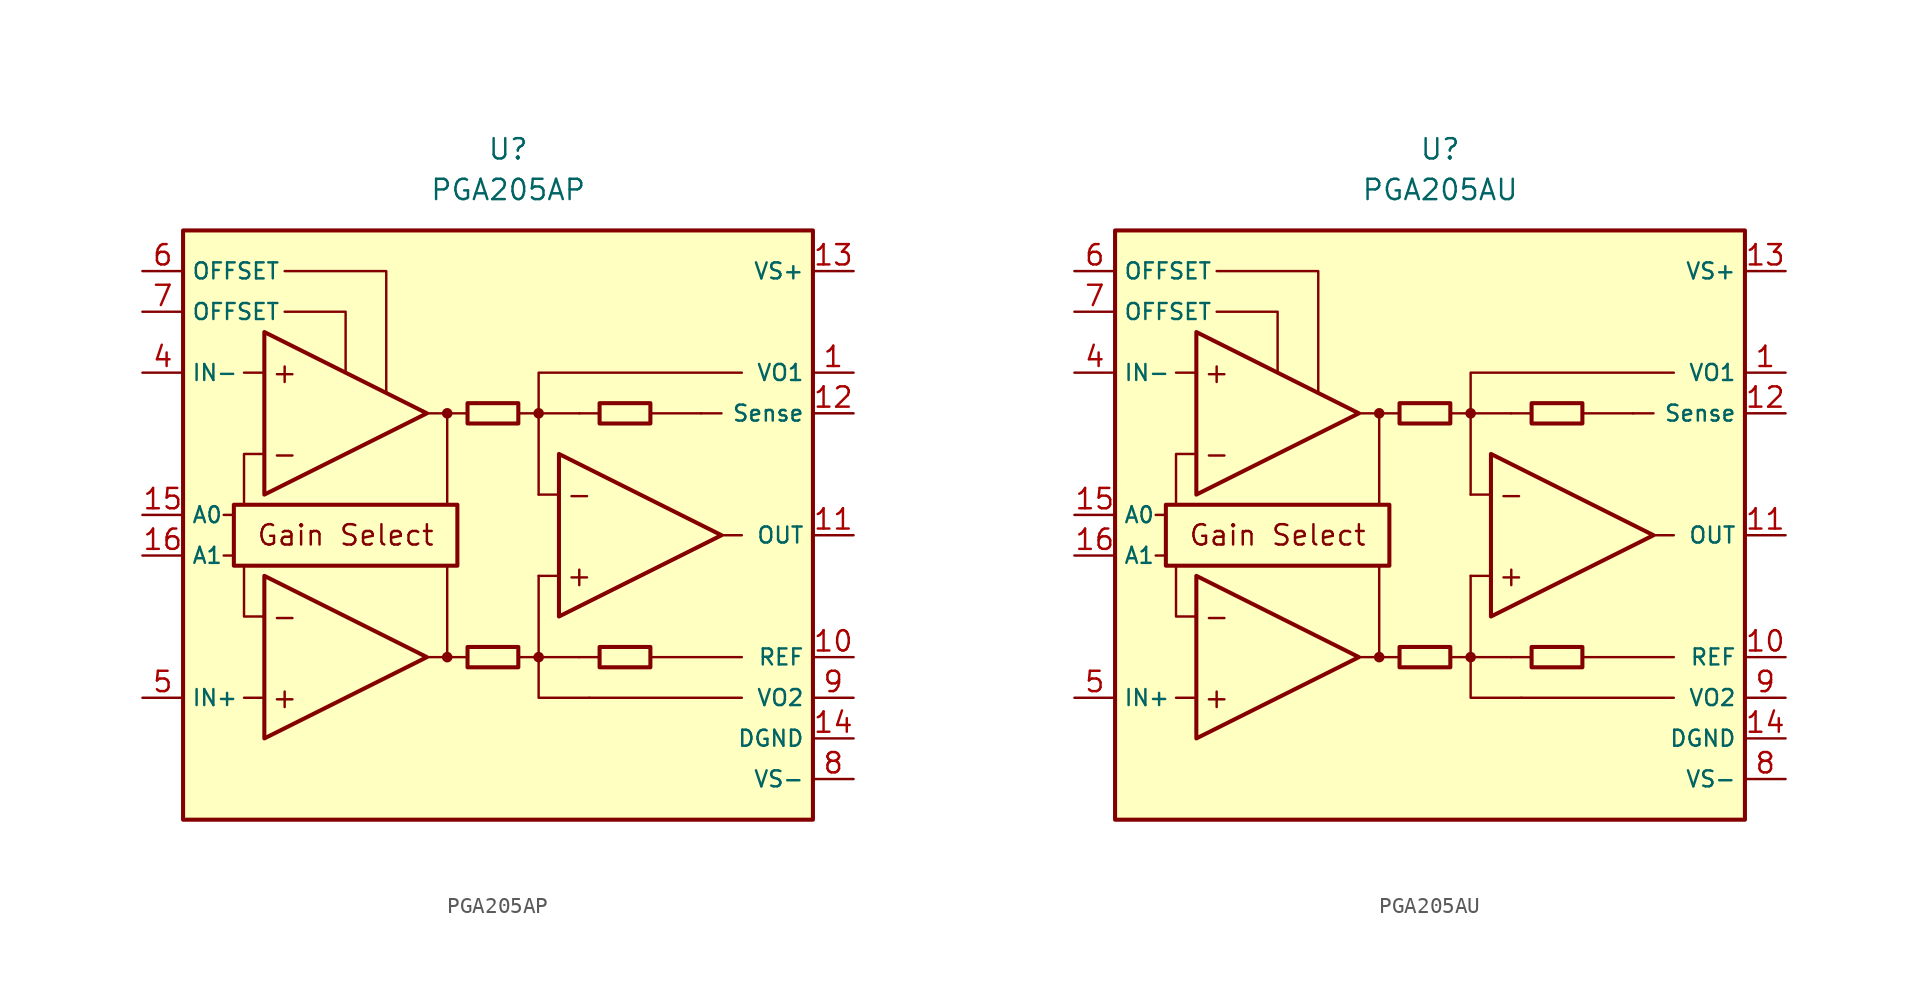
<source format=kicad_sym>
(kicad_symbol_lib
  (version 20211014)
  (generator kicad_symbol_editor)
  (symbol "PGA205AP"
    (property "Reference" "U"
      (at 0 22.86 0)
      (effects (font (size 1.27 1.27))))
    (property "Value" "PGA205AP"
      (at 0 20.32 0)
      (effects (font (size 1.27 1.27))))
    (symbol "PGA205AP_0_0"
      (rectangle (start -20.32 17.78) (end 19.05 -19.05) (stroke (width 0.254) (type default) (color 0 0 0 0)) (fill (type background)))
      (rectangle (start -17.145 0.635) (end -3.175 -3.175) (stroke (width 0.254) (type default) (color 0 0 0 0)) (fill (type none)))
      (circle (center -3.81 -8.89) (radius 0.254) (stroke (width 0.152) (type default) (color 0 0 0 0)) (fill (type outline)))
      (circle (center -3.81 6.35) (radius 0.254) (stroke (width 0.152) (type default) (color 0 0 0 0)) (fill (type outline)))
      (polyline (pts (xy -1.27 -8.89)) (stroke (width 0.152) (type default) (color 0 0 0 0)) (fill (type none)))
      (polyline (pts (xy -1.27 6.35)) (stroke (width 0.152) (type default) (color 0 0 0 0)) (fill (type none)))
      (polyline (pts (xy 5.715 6.35)) (stroke (width 0.152) (type default) (color 0 0 0 0)) (fill (type none)))
      (polyline (pts (xy -17.145 -2.54) (xy -17.78 -2.54)) (stroke (width 0.152) (type default) (color 0 0 0 0)) (fill (type none)))
      (polyline (pts (xy -17.145 0) (xy -17.78 0)) (stroke (width 0.152) (type default) (color 0 0 0 0)) (fill (type none)))
      (polyline (pts (xy -15.24 -11.43) (xy -16.51 -11.43)) (stroke (width 0.152) (type default) (color 0 0 0 0)) (fill (type none)))
      (polyline (pts (xy -15.24 8.89) (xy -16.51 8.89)) (stroke (width 0.152) (type default) (color 0 0 0 0)) (fill (type none)))
      (polyline (pts (xy -5.08 -8.89) (xy -2.54 -8.89)) (stroke (width 0.152) (type default) (color 0 0 0 0)) (fill (type none)))
      (polyline (pts (xy -5.08 6.35) (xy -2.54 6.35)) (stroke (width 0.152) (type default) (color 0 0 0 0)) (fill (type none)))
      (polyline (pts (xy -3.81 -8.89) (xy -3.81 -3.175)) (stroke (width 0.152) (type default) (color 0 0 0 0)) (fill (type none)))
      (polyline (pts (xy -3.81 0.635) (xy -3.81 6.35)) (stroke (width 0.152) (type default) (color 0 0 0 0)) (fill (type none)))
      (polyline (pts (xy 0.635 -8.89) (xy 1.905 -8.89)) (stroke (width 0.152) (type default) (color 0 0 0 0)) (fill (type none)))
      (polyline (pts (xy 0.635 6.35) (xy 1.905 6.35)) (stroke (width 0.152) (type default) (color 0 0 0 0)) (fill (type none)))
      (polyline (pts (xy 3.175 -3.81) (xy 1.905 -3.81)) (stroke (width 0.152) (type default) (color 0 0 0 0)) (fill (type none)))
      (polyline (pts (xy 3.175 1.27) (xy 1.905 1.27)) (stroke (width 0.152) (type default) (color 0 0 0 0)) (fill (type none)))
      (polyline (pts (xy 4.445 -8.89) (xy 1.905 -8.89)) (stroke (width 0.152) (type default) (color 0 0 0 0)) (fill (type none)))
      (polyline (pts (xy 4.445 -8.89) (xy 5.715 -8.89)) (stroke (width 0.152) (type default) (color 0 0 0 0)) (fill (type none)))
      (polyline (pts (xy 4.445 6.35) (xy 1.905 6.35)) (stroke (width 0.152) (type default) (color 0 0 0 0)) (fill (type none)))
      (polyline (pts (xy 4.445 6.35) (xy 5.715 6.35)) (stroke (width 0.152) (type default) (color 0 0 0 0)) (fill (type none)))
      (polyline (pts (xy 8.89 -8.89) (xy 14.605 -8.89)) (stroke (width 0.152) (type default) (color 0 0 0 0)) (fill (type none)))
      (polyline (pts (xy 8.89 6.35) (xy 12.065 6.35)) (stroke (width 0.152) (type default) (color 0 0 0 0)) (fill (type none)))
      (polyline (pts (xy 12.065 6.35) (xy 13.335 6.35)) (stroke (width 0.152) (type default) (color 0 0 0 0)) (fill (type none)))
      (polyline (pts (xy 13.335 -1.27) (xy 14.605 -1.27)) (stroke (width 0.152) (type default) (color 0 0 0 0)) (fill (type none)))
      (polyline (pts (xy 14.605 -11.43) (xy 5.08 -11.43)) (stroke (width 0.152) (type default) (color 0 0 0 0)) (fill (type none)))
      (polyline (pts (xy -16.51 -3.175) (xy -16.51 -6.35) (xy -15.24 -6.35)) (stroke (width 0.152) (type default) (color 0 0 0 0)) (fill (type none)))
      (polyline (pts (xy -15.24 3.81) (xy -16.51 3.81) (xy -16.51 0.635)) (stroke (width 0.152) (type default) (color 0 0 0 0)) (fill (type none)))
      (polyline (pts (xy -13.97 12.7) (xy -10.16 12.7) (xy -10.16 8.89)) (stroke (width 0.152) (type default) (color 0 0 0 0)) (fill (type none)))
      (polyline (pts (xy -7.62 7.62) (xy -7.62 15.24) (xy -13.97 15.24)) (stroke (width 0.152) (type default) (color 0 0 0 0)) (fill (type none)))
      (polyline (pts (xy 1.905 -3.81) (xy 1.905 -11.43) (xy 5.08 -11.43)) (stroke (width 0.152) (type default) (color 0 0 0 0)) (fill (type none)))
      (polyline (pts (xy 14.605 8.89) (xy 1.905 8.89) (xy 1.905 1.27)) (stroke (width 0.152) (type default) (color 0 0 0 0)) (fill (type none)))
      (circle (center 1.905 -8.89) (radius 0.254) (stroke (width 0.152) (type default) (color 0 0 0 0)) (fill (type outline)))
      (circle (center 1.905 6.35) (radius 0.254) (stroke (width 0.152) (type default) (color 0 0 0 0)) (fill (type outline)))
      (text "+" (at -13.97 -11.43 0) (effects (font (size 1.27 1.27))))
      (text "+" (at -13.97 8.89 0) (effects (font (size 1.27 1.27))))
      (text "+" (at 4.445 -3.81 0) (effects (font (size 1.27 1.27))))
      (text "-" (at -13.97 -6.35 0) (effects (font (size 1.27 1.27))))
      (text "-" (at -13.97 3.81 0) (effects (font (size 1.27 1.27))))
      (text "-" (at 4.445 1.27 0) (effects (font (size 1.27 1.27))))
      (text "Gain Select" (at -10.16 -1.27 0) (effects (font (size 1.27 1.27)))))
    (symbol "PGA205AP_0_1"
      (rectangle (start -2.54 -8.255) (end 0.635 -9.525) (stroke (width 0.254) (type default) (color 0 0 0 0)) (fill (type none)))
      (rectangle (start -2.54 6.985) (end 0.635 5.715) (stroke (width 0.254) (type default) (color 0 0 0 0)) (fill (type none)))
      (polyline (pts (xy -15.24 -3.81) (xy -15.24 -13.97) (xy -5.08 -8.89) (xy -15.24 -3.81)) (stroke (width 0.254) (type default) (color 0 0 0 0)) (fill (type background)))
      (polyline (pts (xy -15.24 11.43) (xy -15.24 1.27) (xy -5.08 6.35) (xy -15.24 11.43)) (stroke (width 0.254) (type default) (color 0 0 0 0)) (fill (type background)))
      (polyline (pts (xy 3.175 3.81) (xy 3.175 -6.35) (xy 13.335 -1.27) (xy 3.175 3.81)) (stroke (width 0.254) (type default) (color 0 0 0 0)) (fill (type background)))
      (rectangle (start 5.715 -8.255) (end 8.89 -9.525) (stroke (width 0.254) (type default) (color 0 0 0 0)) (fill (type none)))
      (rectangle (start 5.715 6.985) (end 8.89 5.715) (stroke (width 0.254) (type default) (color 0 0 0 0)) (fill (type none))))
    (symbol "PGA205AP_1_1"
      (pin passive line (at 21.59 8.89 180) (length 2.54) (name "VO1" (effects (font (size 1 1)))) (number "1" (effects (font (size 1.27 1.27)))))
      (pin passive line (at 21.59 -8.89 180) (length 2.54) (name "REF" (effects (font (size 1 1)))) (number "10" (effects (font (size 1.27 1.27)))))
      (pin output line (at 21.59 -1.27 180) (length 2.54) (name "OUT" (effects (font (size 1 1)))) (number "11" (effects (font (size 1.27 1.27)))))
      (pin passive line (at 21.59 6.35 180) (length 2.54) (name "Sense" (effects (font (size 1 1)))) (number "12" (effects (font (size 1.27 1.27)))))
      (pin power_in line (at 21.59 15.24 180) (length 2.54) (name "VS+" (effects (font (size 1 1)))) (number "13" (effects (font (size 1.27 1.27)))))
      (pin power_in line (at 21.59 -13.97 180) (length 2.54) (name "DGND" (effects (font (size 1 1)))) (number "14" (effects (font (size 1.27 1.27)))))
      (pin input line (at -22.86 0 0) (length 2.54) (name "A0" (effects (font (size 1 1)))) (number "15" (effects (font (size 1.27 1.27)))))
      (pin input line (at -22.86 -2.54 0) (length 2.54) (name "A1" (effects (font (size 1 1)))) (number "16" (effects (font (size 1.27 1.27)))))
      (pin no_connect line (at -1.27 -12.7 0) (length 2.54) hide (name "NC" (effects (font (size 1.27 1.27)))) (number "2" (effects (font (size 1.27 1.27)))))
      (pin no_connect line (at -1.27 -15.24 0) (length 2.54) hide (name "NC" (effects (font (size 1.27 1.27)))) (number "3" (effects (font (size 1.27 1.27)))))
      (pin input line (at -22.86 8.89 0) (length 2.54) (name "IN-" (effects (font (size 1 1)))) (number "4" (effects (font (size 1.27 1.27)))))
      (pin input line (at -22.86 -11.43 0) (length 2.54) (name "IN+" (effects (font (size 1 1)))) (number "5" (effects (font (size 1.27 1.27)))))
      (pin passive line (at -22.86 15.24 0) (length 2.54) (name "OFFSET" (effects (font (size 1 1)))) (number "6" (effects (font (size 1.27 1.27)))))
      (pin passive line (at -22.86 12.7 0) (length 2.54) (name "OFFSET" (effects (font (size 1 1)))) (number "7" (effects (font (size 1.27 1.27)))))
      (pin power_in line (at 21.59 -16.51 180) (length 2.54) (name "VS-" (effects (font (size 1 1)))) (number "8" (effects (font (size 1.27 1.27)))))
      (pin passive line (at 21.59 -11.43 180) (length 2.54) (name "VO2" (effects (font (size 1 1)))) (number "9" (effects (font (size 1.27 1.27)))))))
  (symbol "PGA205AU"
    (property "Reference" "U"
      (at 0 22.86 0)
      (effects (font (size 1.27 1.27))))
    (property "Value" "PGA205AU"
      (at 0 20.32 0)
      (effects (font (size 1.27 1.27))))
    (symbol "PGA205AU_0_0"
      (rectangle (start -20.32 17.78) (end 19.05 -19.05) (stroke (width 0.254) (type default) (color 0 0 0 0)) (fill (type background)))
      (rectangle (start -17.145 0.635) (end -3.175 -3.175) (stroke (width 0.254) (type default) (color 0 0 0 0)) (fill (type none)))
      (circle (center -3.81 -8.89) (radius 0.254) (stroke (width 0.152) (type default) (color 0 0 0 0)) (fill (type outline)))
      (circle (center -3.81 6.35) (radius 0.254) (stroke (width 0.152) (type default) (color 0 0 0 0)) (fill (type outline)))
      (polyline (pts (xy -1.27 -8.89)) (stroke (width 0.152) (type default) (color 0 0 0 0)) (fill (type none)))
      (polyline (pts (xy -1.27 6.35)) (stroke (width 0.152) (type default) (color 0 0 0 0)) (fill (type none)))
      (polyline (pts (xy 5.715 6.35)) (stroke (width 0.152) (type default) (color 0 0 0 0)) (fill (type none)))
      (polyline (pts (xy -17.145 -2.54) (xy -17.78 -2.54)) (stroke (width 0.152) (type default) (color 0 0 0 0)) (fill (type none)))
      (polyline (pts (xy -17.145 0) (xy -17.78 0)) (stroke (width 0.152) (type default) (color 0 0 0 0)) (fill (type none)))
      (polyline (pts (xy -15.24 -11.43) (xy -16.51 -11.43)) (stroke (width 0.152) (type default) (color 0 0 0 0)) (fill (type none)))
      (polyline (pts (xy -15.24 8.89) (xy -16.51 8.89)) (stroke (width 0.152) (type default) (color 0 0 0 0)) (fill (type none)))
      (polyline (pts (xy -5.08 -8.89) (xy -2.54 -8.89)) (stroke (width 0.152) (type default) (color 0 0 0 0)) (fill (type none)))
      (polyline (pts (xy -5.08 6.35) (xy -2.54 6.35)) (stroke (width 0.152) (type default) (color 0 0 0 0)) (fill (type none)))
      (polyline (pts (xy -3.81 -8.89) (xy -3.81 -3.175)) (stroke (width 0.152) (type default) (color 0 0 0 0)) (fill (type none)))
      (polyline (pts (xy -3.81 0.635) (xy -3.81 6.35)) (stroke (width 0.152) (type default) (color 0 0 0 0)) (fill (type none)))
      (polyline (pts (xy 0.635 -8.89) (xy 1.905 -8.89)) (stroke (width 0.152) (type default) (color 0 0 0 0)) (fill (type none)))
      (polyline (pts (xy 0.635 6.35) (xy 1.905 6.35)) (stroke (width 0.152) (type default) (color 0 0 0 0)) (fill (type none)))
      (polyline (pts (xy 3.175 -3.81) (xy 1.905 -3.81)) (stroke (width 0.152) (type default) (color 0 0 0 0)) (fill (type none)))
      (polyline (pts (xy 3.175 1.27) (xy 1.905 1.27)) (stroke (width 0.152) (type default) (color 0 0 0 0)) (fill (type none)))
      (polyline (pts (xy 4.445 -8.89) (xy 1.905 -8.89)) (stroke (width 0.152) (type default) (color 0 0 0 0)) (fill (type none)))
      (polyline (pts (xy 4.445 -8.89) (xy 5.715 -8.89)) (stroke (width 0.152) (type default) (color 0 0 0 0)) (fill (type none)))
      (polyline (pts (xy 4.445 6.35) (xy 1.905 6.35)) (stroke (width 0.152) (type default) (color 0 0 0 0)) (fill (type none)))
      (polyline (pts (xy 4.445 6.35) (xy 5.715 6.35)) (stroke (width 0.152) (type default) (color 0 0 0 0)) (fill (type none)))
      (polyline (pts (xy 8.89 -8.89) (xy 14.605 -8.89)) (stroke (width 0.152) (type default) (color 0 0 0 0)) (fill (type none)))
      (polyline (pts (xy 8.89 6.35) (xy 12.065 6.35)) (stroke (width 0.152) (type default) (color 0 0 0 0)) (fill (type none)))
      (polyline (pts (xy 12.065 6.35) (xy 13.335 6.35)) (stroke (width 0.152) (type default) (color 0 0 0 0)) (fill (type none)))
      (polyline (pts (xy 13.335 -1.27) (xy 14.605 -1.27)) (stroke (width 0.152) (type default) (color 0 0 0 0)) (fill (type none)))
      (polyline (pts (xy 14.605 -11.43) (xy 5.08 -11.43)) (stroke (width 0.152) (type default) (color 0 0 0 0)) (fill (type none)))
      (polyline (pts (xy -16.51 -3.175) (xy -16.51 -6.35) (xy -15.24 -6.35)) (stroke (width 0.152) (type default) (color 0 0 0 0)) (fill (type none)))
      (polyline (pts (xy -15.24 3.81) (xy -16.51 3.81) (xy -16.51 0.635)) (stroke (width 0.152) (type default) (color 0 0 0 0)) (fill (type none)))
      (polyline (pts (xy -13.97 12.7) (xy -10.16 12.7) (xy -10.16 8.89)) (stroke (width 0.152) (type default) (color 0 0 0 0)) (fill (type none)))
      (polyline (pts (xy -7.62 7.62) (xy -7.62 15.24) (xy -13.97 15.24)) (stroke (width 0.152) (type default) (color 0 0 0 0)) (fill (type none)))
      (polyline (pts (xy 1.905 -3.81) (xy 1.905 -11.43) (xy 5.08 -11.43)) (stroke (width 0.152) (type default) (color 0 0 0 0)) (fill (type none)))
      (polyline (pts (xy 14.605 8.89) (xy 1.905 8.89) (xy 1.905 1.27)) (stroke (width 0.152) (type default) (color 0 0 0 0)) (fill (type none)))
      (circle (center 1.905 -8.89) (radius 0.254) (stroke (width 0.152) (type default) (color 0 0 0 0)) (fill (type outline)))
      (circle (center 1.905 6.35) (radius 0.254) (stroke (width 0.152) (type default) (color 0 0 0 0)) (fill (type outline)))
      (text "+" (at -13.97 -11.43 0) (effects (font (size 1.27 1.27))))
      (text "+" (at -13.97 8.89 0) (effects (font (size 1.27 1.27))))
      (text "+" (at 4.445 -3.81 0) (effects (font (size 1.27 1.27))))
      (text "-" (at -13.97 -6.35 0) (effects (font (size 1.27 1.27))))
      (text "-" (at -13.97 3.81 0) (effects (font (size 1.27 1.27))))
      (text "-" (at 4.445 1.27 0) (effects (font (size 1.27 1.27))))
      (text "Gain Select" (at -10.16 -1.27 0) (effects (font (size 1.27 1.27)))))
    (symbol "PGA205AU_0_1"
      (rectangle (start -2.54 -8.255) (end 0.635 -9.525) (stroke (width 0.254) (type default) (color 0 0 0 0)) (fill (type none)))
      (rectangle (start -2.54 6.985) (end 0.635 5.715) (stroke (width 0.254) (type default) (color 0 0 0 0)) (fill (type none)))
      (polyline (pts (xy -15.24 -3.81) (xy -15.24 -13.97) (xy -5.08 -8.89) (xy -15.24 -3.81)) (stroke (width 0.254) (type default) (color 0 0 0 0)) (fill (type background)))
      (polyline (pts (xy -15.24 11.43) (xy -15.24 1.27) (xy -5.08 6.35) (xy -15.24 11.43)) (stroke (width 0.254) (type default) (color 0 0 0 0)) (fill (type background)))
      (polyline (pts (xy 3.175 3.81) (xy 3.175 -6.35) (xy 13.335 -1.27) (xy 3.175 3.81)) (stroke (width 0.254) (type default) (color 0 0 0 0)) (fill (type background)))
      (rectangle (start 5.715 -8.255) (end 8.89 -9.525) (stroke (width 0.254) (type default) (color 0 0 0 0)) (fill (type none)))
      (rectangle (start 5.715 6.985) (end 8.89 5.715) (stroke (width 0.254) (type default) (color 0 0 0 0)) (fill (type none))))
    (symbol "PGA205AU_1_1"
      (pin passive line (at 21.59 8.89 180) (length 2.54) (name "VO1" (effects (font (size 1 1)))) (number "1" (effects (font (size 1.27 1.27)))))
      (pin passive line (at 21.59 -8.89 180) (length 2.54) (name "REF" (effects (font (size 1 1)))) (number "10" (effects (font (size 1.27 1.27)))))
      (pin output line (at 21.59 -1.27 180) (length 2.54) (name "OUT" (effects (font (size 1 1)))) (number "11" (effects (font (size 1.27 1.27)))))
      (pin passive line (at 21.59 6.35 180) (length 2.54) (name "Sense" (effects (font (size 1 1)))) (number "12" (effects (font (size 1.27 1.27)))))
      (pin power_in line (at 21.59 15.24 180) (length 2.54) (name "VS+" (effects (font (size 1 1)))) (number "13" (effects (font (size 1.27 1.27)))))
      (pin power_in line (at 21.59 -13.97 180) (length 2.54) (name "DGND" (effects (font (size 1 1)))) (number "14" (effects (font (size 1.27 1.27)))))
      (pin input line (at -22.86 0 0) (length 2.54) (name "A0" (effects (font (size 1 1)))) (number "15" (effects (font (size 1.27 1.27)))))
      (pin input line (at -22.86 -2.54 0) (length 2.54) (name "A1" (effects (font (size 1 1)))) (number "16" (effects (font (size 1.27 1.27)))))
      (pin no_connect line (at -1.27 -12.7 0) (length 2.54) hide (name "NC" (effects (font (size 1.27 1.27)))) (number "2" (effects (font (size 1.27 1.27)))))
      (pin no_connect line (at -1.27 -15.24 0) (length 2.54) hide (name "NC" (effects (font (size 1.27 1.27)))) (number "3" (effects (font (size 1.27 1.27)))))
      (pin input line (at -22.86 8.89 0) (length 2.54) (name "IN-" (effects (font (size 1 1)))) (number "4" (effects (font (size 1.27 1.27)))))
      (pin input line (at -22.86 -11.43 0) (length 2.54) (name "IN+" (effects (font (size 1 1)))) (number "5" (effects (font (size 1.27 1.27)))))
      (pin passive line (at -22.86 15.24 0) (length 2.54) (name "OFFSET" (effects (font (size 1 1)))) (number "6" (effects (font (size 1.27 1.27)))))
      (pin passive line (at -22.86 12.7 0) (length 2.54) (name "OFFSET" (effects (font (size 1 1)))) (number "7" (effects (font (size 1.27 1.27)))))
      (pin power_in line (at 21.59 -16.51 180) (length 2.54) (name "VS-" (effects (font (size 1 1)))) (number "8" (effects (font (size 1.27 1.27)))))
      (pin passive line (at 21.59 -11.43 180) (length 2.54) (name "VO2" (effects (font (size 1 1)))) (number "9" (effects (font (size 1.27 1.27))))))))
</source>
